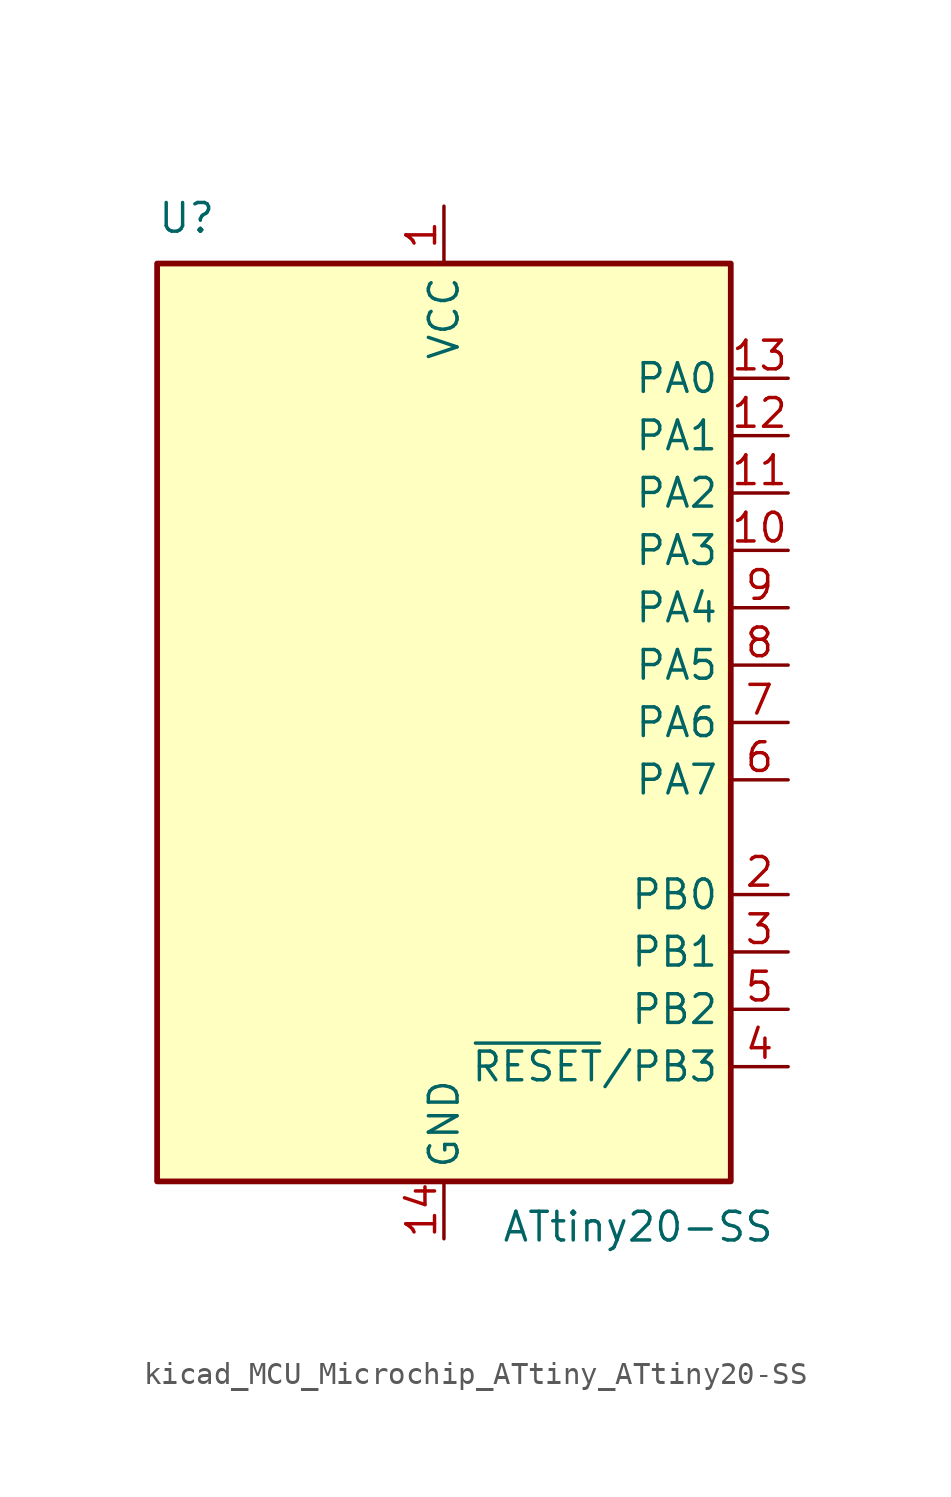
<source format=kicad_sym>
(kicad_symbol_lib
  (version 20220914)
  (generator kicad_symbol_editor)
  (symbol "kicad_MCU_Microchip_ATtiny_ATtiny20-SS"
    (property "Reference" "U"
      (at -12.7 21.59 0)
      (effects (font (size 1.27 1.27)) (justify left bottom)))
    (property "Value" "ATtiny20-SS"
      (at 2.54 -21.59 0)
      (effects (font (size 1.27 1.27)) (justify left top)))
    (symbol "kicad_MCU_Microchip_ATtiny_ATtiny20-SS_0_1"
      (rectangle (start -12.7 -20.32) (end 12.7 20.32) (stroke (width 0.254) (type default)) (fill (type background))))
    (symbol "kicad_MCU_Microchip_ATtiny_ATtiny20-SS_1_1"
      (pin power_in line (at 0 22.86 270) (length 2.54) (name "VCC" (effects (font (size 1.27 1.27)))) (number "1" (effects (font (size 1.27 1.27)))))
      (pin bidirectional line (at 15.24 7.62 180) (length 2.54) (name "PA3" (effects (font (size 1.27 1.27)))) (number "10" (effects (font (size 1.27 1.27)))))
      (pin bidirectional line (at 15.24 10.16 180) (length 2.54) (name "PA2" (effects (font (size 1.27 1.27)))) (number "11" (effects (font (size 1.27 1.27)))))
      (pin bidirectional line (at 15.24 12.7 180) (length 2.54) (name "PA1" (effects (font (size 1.27 1.27)))) (number "12" (effects (font (size 1.27 1.27)))))
      (pin bidirectional line (at 15.24 15.24 180) (length 2.54) (name "PA0" (effects (font (size 1.27 1.27)))) (number "13" (effects (font (size 1.27 1.27)))))
      (pin power_in line (at 0 -22.86 90) (length 2.54) (name "GND" (effects (font (size 1.27 1.27)))) (number "14" (effects (font (size 1.27 1.27)))))
      (pin bidirectional line (at 15.24 -7.62 180) (length 2.54) (name "PB0" (effects (font (size 1.27 1.27)))) (number "2" (effects (font (size 1.27 1.27)))))
      (pin bidirectional line (at 15.24 -10.16 180) (length 2.54) (name "PB1" (effects (font (size 1.27 1.27)))) (number "3" (effects (font (size 1.27 1.27)))))
      (pin bidirectional line (at 15.24 -15.24 180) (length 2.54) (name "~{RESET}/PB3" (effects (font (size 1.27 1.27)))) (number "4" (effects (font (size 1.27 1.27)))))
      (pin bidirectional line (at 15.24 -12.7 180) (length 2.54) (name "PB2" (effects (font (size 1.27 1.27)))) (number "5" (effects (font (size 1.27 1.27)))))
      (pin bidirectional line (at 15.24 -2.54 180) (length 2.54) (name "PA7" (effects (font (size 1.27 1.27)))) (number "6" (effects (font (size 1.27 1.27)))))
      (pin bidirectional line (at 15.24 0 180) (length 2.54) (name "PA6" (effects (font (size 1.27 1.27)))) (number "7" (effects (font (size 1.27 1.27)))))
      (pin bidirectional line (at 15.24 2.54 180) (length 2.54) (name "PA5" (effects (font (size 1.27 1.27)))) (number "8" (effects (font (size 1.27 1.27)))))
      (pin bidirectional line (at 15.24 5.08 180) (length 2.54) (name "PA4" (effects (font (size 1.27 1.27)))) (number "9" (effects (font (size 1.27 1.27))))))))
</source>
